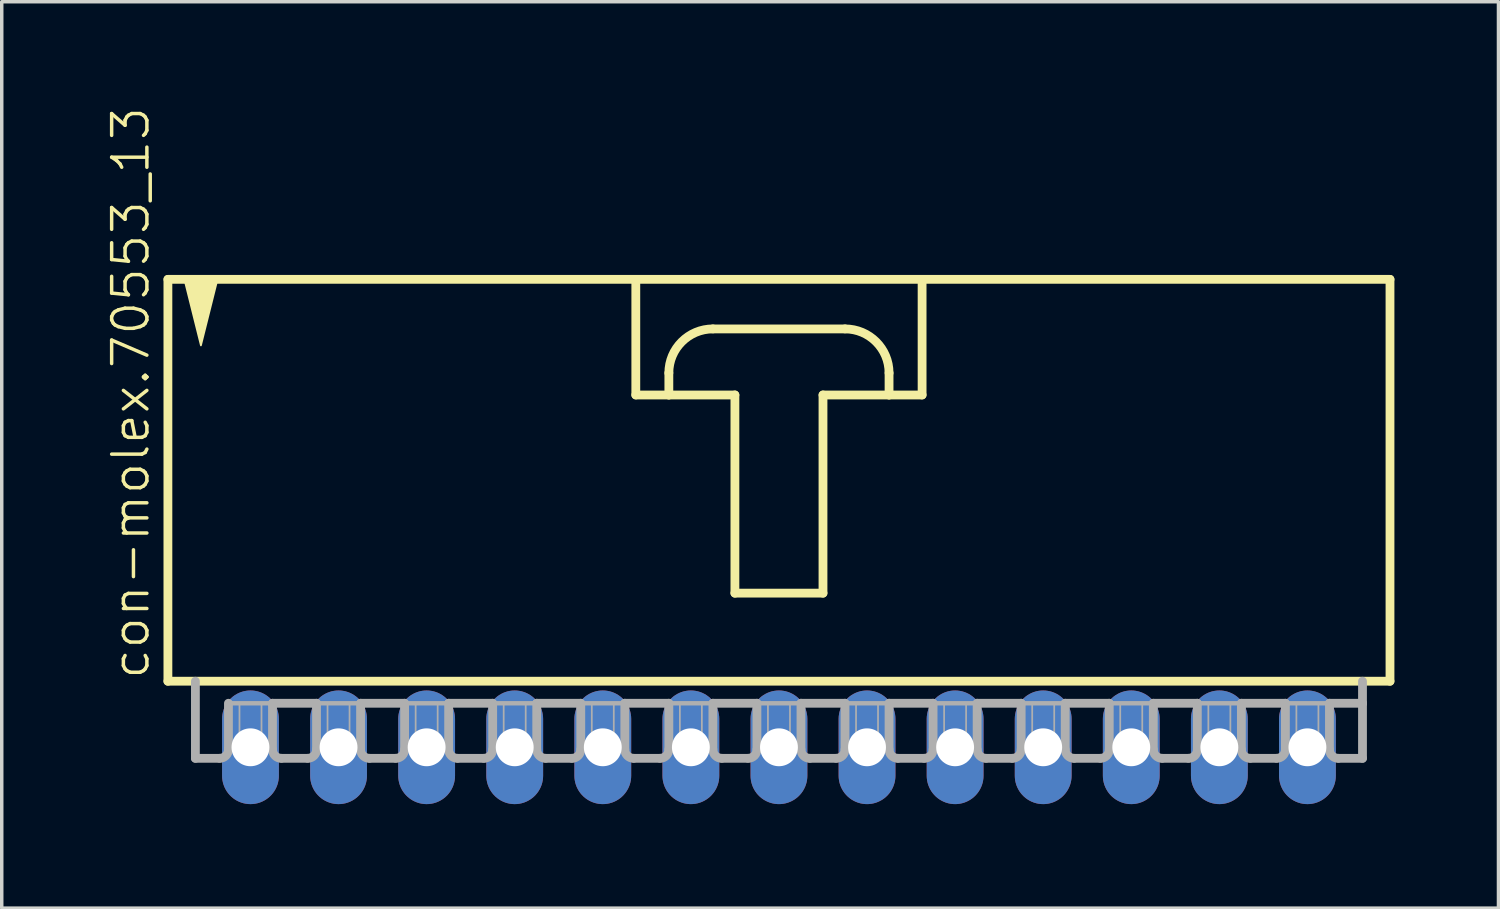
<source format=kicad_pcb>
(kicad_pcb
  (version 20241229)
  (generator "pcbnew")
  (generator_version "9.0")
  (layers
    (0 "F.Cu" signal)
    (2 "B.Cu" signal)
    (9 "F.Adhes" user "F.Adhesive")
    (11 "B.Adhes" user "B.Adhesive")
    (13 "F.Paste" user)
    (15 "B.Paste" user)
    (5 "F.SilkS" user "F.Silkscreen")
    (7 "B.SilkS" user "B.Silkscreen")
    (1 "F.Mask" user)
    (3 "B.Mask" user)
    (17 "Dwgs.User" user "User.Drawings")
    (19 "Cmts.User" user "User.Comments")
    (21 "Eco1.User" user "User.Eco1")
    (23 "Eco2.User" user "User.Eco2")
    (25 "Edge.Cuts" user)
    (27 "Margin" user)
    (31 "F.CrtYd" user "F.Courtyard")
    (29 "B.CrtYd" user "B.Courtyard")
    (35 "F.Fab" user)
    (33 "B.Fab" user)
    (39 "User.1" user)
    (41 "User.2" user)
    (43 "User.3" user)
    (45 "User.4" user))
  (footprint "con-molex.70553_13"
    (layer "F.Cu")
    (at 19.413 10.88)
    (property "Reference" "con-molex.70553_13" (at -18.098 5.715 90) (layer "F.SilkS") (effects (font (size 1.016 1.016) (thickness 0.1)) (justify left bottom)))
    (attr through_hole)
    (fp_line (start -17.621 -5.874) (end -17.621 5.715) (stroke (width 0.254) (type default)) (layer "F.SilkS"))
    (fp_line (start -17.621 5.715) (end 17.621 5.715) (stroke (width 0.254) (type default)) (layer "F.SilkS"))
    (fp_line (start -4.128 -5.874) (end -4.128 -2.54) (stroke (width 0.254) (type default)) (layer "F.SilkS"))
    (fp_line (start -4.128 -2.54) (end -3.175 -2.54) (stroke (width 0.254) (type default)) (layer "F.SilkS"))
    (fp_line (start -3.175 -2.54) (end -3.175 -3.175) (stroke (width 0.254) (type default)) (layer "F.SilkS"))
    (fp_line (start -3.175 -2.54) (end -1.27 -2.54) (stroke (width 0.254) (type default)) (layer "F.SilkS"))
    (fp_line (start -1.905 -4.445) (end 1.905 -4.445) (stroke (width 0.254) (type default)) (layer "F.SilkS"))
    (fp_line (start -1.27 -2.54) (end -1.27 3.175) (stroke (width 0.254) (type default)) (layer "F.SilkS"))
    (fp_line (start -1.27 3.175) (end 1.27 3.175) (stroke (width 0.254) (type default)) (layer "F.SilkS"))
    (fp_line (start 1.27 -2.54) (end 3.175 -2.54) (stroke (width 0.254) (type default)) (layer "F.SilkS"))
    (fp_line (start 1.27 3.175) (end 1.27 -2.54) (stroke (width 0.254) (type default)) (layer "F.SilkS"))
    (fp_line (start 3.175 -3.175) (end 3.175 -2.54) (stroke (width 0.254) (type default)) (layer "F.SilkS"))
    (fp_line (start 3.175 -2.54) (end 4.128 -2.54) (stroke (width 0.254) (type default)) (layer "F.SilkS"))
    (fp_line (start 4.128 -5.874) (end -17.621 -5.874) (stroke (width 0.254) (type default)) (layer "F.SilkS"))
    (fp_line (start 4.128 -2.54) (end 4.128 -5.874) (stroke (width 0.254) (type default)) (layer "F.SilkS"))
    (fp_line (start 17.621 -5.874) (end 4.128 -5.874) (stroke (width 0.254) (type default)) (layer "F.SilkS"))
    (fp_line (start 17.621 5.715) (end 17.621 -5.874) (stroke (width 0.254) (type default)) (layer "F.SilkS"))
    (fp_arc (start -3.175 -3.175) (mid -2.803026 -4.073026) (end -1.905 -4.445) (stroke (width 0.254) (type default)) (layer "F.SilkS"))
    (fp_arc (start 1.905 -4.445) (mid 2.803026 -4.073026) (end 3.175 -3.175) (stroke (width 0.254) (type default)) (layer "F.SilkS"))
    (fp_poly (pts (xy -17.145 -5.874) (xy -16.669 -3.969) (xy -16.192 -5.874)) (stroke (width 0.051) (type default)) (fill yes) (layer "F.SilkS"))
    (fp_line (start -16.828 5.715) (end -16.828 7.938) (stroke (width 0.254) (type default)) (layer "F.Fab"))
    (fp_line (start -16.129 7.938) (end -16.828 7.938) (stroke (width 0.254) (type default)) (layer "F.Fab"))
    (fp_line (start -15.875 6.35) (end -15.875 7.684) (stroke (width 0.254) (type default)) (layer "F.Fab"))
    (fp_line (start -15.875 6.35) (end -14.605 6.35) (stroke (width 0.127) (type default)) (layer "F.Fab"))
    (fp_line (start -14.605 6.35) (end -14.605 7.684) (stroke (width 0.254) (type default)) (layer "F.Fab"))
    (fp_line (start -14.605 6.35) (end -13.335 6.35) (stroke (width 0.254) (type default)) (layer "F.Fab"))
    (fp_line (start -13.589 7.938) (end -14.351 7.938) (stroke (width 0.254) (type default)) (layer "F.Fab"))
    (fp_line (start -13.335 6.35) (end -13.335 7.684) (stroke (width 0.254) (type default)) (layer "F.Fab"))
    (fp_line (start -13.335 6.35) (end -12.065 6.35) (stroke (width 0.127) (type default)) (layer "F.Fab"))
    (fp_line (start -12.065 6.35) (end -12.065 7.684) (stroke (width 0.254) (type default)) (layer "F.Fab"))
    (fp_line (start -12.065 6.35) (end -10.795 6.35) (stroke (width 0.254) (type default)) (layer "F.Fab"))
    (fp_line (start -11.049 7.938) (end -11.811 7.938) (stroke (width 0.254) (type default)) (layer "F.Fab"))
    (fp_line (start -10.795 6.35) (end -10.795 7.684) (stroke (width 0.254) (type default)) (layer "F.Fab"))
    (fp_line (start -10.795 6.35) (end -9.525 6.35) (stroke (width 0.127) (type default)) (layer "F.Fab"))
    (fp_line (start -9.525 6.35) (end -9.525 7.684) (stroke (width 0.254) (type default)) (layer "F.Fab"))
    (fp_line (start -9.525 6.35) (end -8.255 6.35) (stroke (width 0.254) (type default)) (layer "F.Fab"))
    (fp_line (start -8.509 7.938) (end -9.271 7.938) (stroke (width 0.254) (type default)) (layer "F.Fab"))
    (fp_line (start -8.255 6.35) (end -8.255 7.684) (stroke (width 0.254) (type default)) (layer "F.Fab"))
    (fp_line (start -8.255 6.35) (end -6.985 6.35) (stroke (width 0.127) (type default)) (layer "F.Fab"))
    (fp_line (start -6.985 6.35) (end -6.985 7.684) (stroke (width 0.254) (type default)) (layer "F.Fab"))
    (fp_line (start -6.985 6.35) (end -5.715 6.35) (stroke (width 0.254) (type default)) (layer "F.Fab"))
    (fp_line (start -5.969 7.938) (end -6.731 7.938) (stroke (width 0.254) (type default)) (layer "F.Fab"))
    (fp_line (start -5.715 6.35) (end -5.715 7.684) (stroke (width 0.254) (type default)) (layer "F.Fab"))
    (fp_line (start -5.715 6.35) (end -4.445 6.35) (stroke (width 0.127) (type default)) (layer "F.Fab"))
    (fp_line (start -4.445 6.35) (end -4.445 7.684) (stroke (width 0.254) (type default)) (layer "F.Fab"))
    (fp_line (start -4.445 6.35) (end -3.175 6.35) (stroke (width 0.254) (type default)) (layer "F.Fab"))
    (fp_line (start -3.429 7.938) (end -4.191 7.938) (stroke (width 0.254) (type default)) (layer "F.Fab"))
    (fp_line (start -3.175 6.35) (end -3.175 7.684) (stroke (width 0.254) (type default)) (layer "F.Fab"))
    (fp_line (start -3.175 6.35) (end -1.905 6.35) (stroke (width 0.127) (type default)) (layer "F.Fab"))
    (fp_line (start -1.905 6.35) (end -1.905 7.684) (stroke (width 0.254) (type default)) (layer "F.Fab"))
    (fp_line (start -1.905 6.35) (end -0.635 6.35) (stroke (width 0.254) (type default)) (layer "F.Fab"))
    (fp_line (start -0.889 7.938) (end -1.651 7.938) (stroke (width 0.254) (type default)) (layer "F.Fab"))
    (fp_line (start -0.635 6.35) (end -0.635 7.684) (stroke (width 0.254) (type default)) (layer "F.Fab"))
    (fp_line (start -0.635 6.35) (end 0.635 6.35) (stroke (width 0.127) (type default)) (layer "F.Fab"))
    (fp_line (start 0.635 6.35) (end 0.635 7.684) (stroke (width 0.254) (type default)) (layer "F.Fab"))
    (fp_line (start 0.635 6.35) (end 1.905 6.35) (stroke (width 0.254) (type default)) (layer "F.Fab"))
    (fp_line (start 1.651 7.938) (end 0.889 7.938) (stroke (width 0.254) (type default)) (layer "F.Fab"))
    (fp_line (start 1.905 6.35) (end 1.905 7.684) (stroke (width 0.254) (type default)) (layer "F.Fab"))
    (fp_line (start 1.905 6.35) (end 3.175 6.35) (stroke (width 0.127) (type default)) (layer "F.Fab"))
    (fp_line (start 3.175 6.35) (end 3.175 7.684) (stroke (width 0.254) (type default)) (layer "F.Fab"))
    (fp_line (start 3.175 6.35) (end 4.445 6.35) (stroke (width 0.254) (type default)) (layer "F.Fab"))
    (fp_line (start 4.191 7.938) (end 3.429 7.938) (stroke (width 0.254) (type default)) (layer "F.Fab"))
    (fp_line (start 4.445 6.35) (end 4.445 7.684) (stroke (width 0.254) (type default)) (layer "F.Fab"))
    (fp_line (start 4.445 6.35) (end 5.715 6.35) (stroke (width 0.127) (type default)) (layer "F.Fab"))
    (fp_line (start 5.715 6.35) (end 5.715 7.684) (stroke (width 0.254) (type default)) (layer "F.Fab"))
    (fp_line (start 5.715 6.35) (end 6.985 6.35) (stroke (width 0.254) (type default)) (layer "F.Fab"))
    (fp_line (start 6.731 7.938) (end 5.969 7.938) (stroke (width 0.254) (type default)) (layer "F.Fab"))
    (fp_line (start 6.985 6.35) (end 6.985 7.684) (stroke (width 0.254) (type default)) (layer "F.Fab"))
    (fp_line (start 6.985 6.35) (end 8.255 6.35) (stroke (width 0.127) (type default)) (layer "F.Fab"))
    (fp_line (start 8.255 6.35) (end 8.255 7.684) (stroke (width 0.254) (type default)) (layer "F.Fab"))
    (fp_line (start 8.255 6.35) (end 9.525 6.35) (stroke (width 0.254) (type default)) (layer "F.Fab"))
    (fp_line (start 9.271 7.938) (end 8.509 7.938) (stroke (width 0.254) (type default)) (layer "F.Fab"))
    (fp_line (start 9.525 6.35) (end 9.525 7.684) (stroke (width 0.254) (type default)) (layer "F.Fab"))
    (fp_line (start 9.525 6.35) (end 10.795 6.35) (stroke (width 0.127) (type default)) (layer "F.Fab"))
    (fp_line (start 10.795 6.35) (end 10.795 7.684) (stroke (width 0.254) (type default)) (layer "F.Fab"))
    (fp_line (start 10.795 6.35) (end 12.065 6.35) (stroke (width 0.254) (type default)) (layer "F.Fab"))
    (fp_line (start 11.811 7.938) (end 11.049 7.938) (stroke (width 0.254) (type default)) (layer "F.Fab"))
    (fp_line (start 12.065 6.35) (end 12.065 7.684) (stroke (width 0.254) (type default)) (layer "F.Fab"))
    (fp_line (start 12.065 6.35) (end 13.335 6.35) (stroke (width 0.127) (type default)) (layer "F.Fab"))
    (fp_line (start 13.335 6.35) (end 13.335 7.684) (stroke (width 0.254) (type default)) (layer "F.Fab"))
    (fp_line (start 13.335 6.35) (end 14.605 6.35) (stroke (width 0.254) (type default)) (layer "F.Fab"))
    (fp_line (start 14.351 7.938) (end 13.589 7.938) (stroke (width 0.254) (type default)) (layer "F.Fab"))
    (fp_line (start 14.605 6.35) (end 14.605 7.684) (stroke (width 0.254) (type default)) (layer "F.Fab"))
    (fp_line (start 14.605 6.35) (end 15.875 6.35) (stroke (width 0.127) (type default)) (layer "F.Fab"))
    (fp_line (start 15.875 6.35) (end 15.875 7.684) (stroke (width 0.254) (type default)) (layer "F.Fab"))
    (fp_line (start 15.875 6.35) (end 16.828 6.35) (stroke (width 0.254) (type default)) (layer "F.Fab"))
    (fp_line (start 16.129 7.938) (end 16.828 7.938) (stroke (width 0.254) (type default)) (layer "F.Fab"))
    (fp_line (start 16.828 6.35) (end 16.828 5.715) (stroke (width 0.254) (type default)) (layer "F.Fab"))
    (fp_line (start 16.828 7.938) (end 16.828 6.35) (stroke (width 0.254) (type default)) (layer "F.Fab"))
    (fp_rect (start -15.557 7.62) (end -14.922 6.35) (stroke (width 0.05) (type default)) (fill no) (layer "F.Fab"))
    (fp_rect (start -13.018 7.62) (end -12.383 6.35) (stroke (width 0.05) (type default)) (fill no) (layer "F.Fab"))
    (fp_rect (start -10.477 7.62) (end -9.842 6.35) (stroke (width 0.05) (type default)) (fill no) (layer "F.Fab"))
    (fp_rect (start -7.938 7.62) (end -7.303 6.35) (stroke (width 0.05) (type default)) (fill no) (layer "F.Fab"))
    (fp_rect (start -5.397 7.62) (end -4.763 6.35) (stroke (width 0.05) (type default)) (fill no) (layer "F.Fab"))
    (fp_rect (start -2.857 7.62) (end -2.223 6.35) (stroke (width 0.05) (type default)) (fill no) (layer "F.Fab"))
    (fp_rect (start -0.318 7.62) (end 0.318 6.35) (stroke (width 0.05) (type default)) (fill no) (layer "F.Fab"))
    (fp_rect (start 2.223 7.62) (end 2.857 6.35) (stroke (width 0.05) (type default)) (fill no) (layer "F.Fab"))
    (fp_rect (start 4.763 7.62) (end 5.397 6.35) (stroke (width 0.05) (type default)) (fill no) (layer "F.Fab"))
    (fp_rect (start 7.303 7.62) (end 7.938 6.35) (stroke (width 0.05) (type default)) (fill no) (layer "F.Fab"))
    (fp_rect (start 9.842 7.62) (end 10.477 6.35) (stroke (width 0.05) (type default)) (fill no) (layer "F.Fab"))
    (fp_rect (start 12.383 7.62) (end 13.018 6.35) (stroke (width 0.05) (type default)) (fill no) (layer "F.Fab"))
    (fp_rect (start 14.922 7.62) (end 15.557 6.35) (stroke (width 0.05) (type default)) (fill no) (layer "F.Fab"))
    (fp_arc (start -15.875 7.6835) (mid -15.949395 7.863105) (end -16.129 7.9375) (stroke (width 0.254) (type default)) (layer "F.Fab"))
    (fp_arc (start -14.351 7.9375) (mid -14.530605 7.863105) (end -14.605 7.6835) (stroke (width 0.254) (type default)) (layer "F.Fab"))
    (fp_arc (start -13.335 7.6835) (mid -13.409395 7.863105) (end -13.589 7.9375) (stroke (width 0.254) (type default)) (layer "F.Fab"))
    (fp_arc (start -11.811 7.9375) (mid -11.990605 7.863105) (end -12.065 7.6835) (stroke (width 0.254) (type default)) (layer "F.Fab"))
    (fp_arc (start -10.795 7.6835) (mid -10.869395 7.863105) (end -11.049 7.9375) (stroke (width 0.254) (type default)) (layer "F.Fab"))
    (fp_arc (start -9.271 7.9375) (mid -9.450605 7.863105) (end -9.525 7.6835) (stroke (width 0.254) (type default)) (layer "F.Fab"))
    (fp_arc (start -8.255 7.6835) (mid -8.329395 7.863105) (end -8.509 7.9375) (stroke (width 0.254) (type default)) (layer "F.Fab"))
    (fp_arc (start -6.731 7.9375) (mid -6.910605 7.863105) (end -6.985 7.6835) (stroke (width 0.254) (type default)) (layer "F.Fab"))
    (fp_arc (start -5.715 7.6835) (mid -5.789395 7.863105) (end -5.969 7.9375) (stroke (width 0.254) (type default)) (layer "F.Fab"))
    (fp_arc (start -4.191 7.9375) (mid -4.370605 7.863105) (end -4.445 7.6835) (stroke (width 0.254) (type default)) (layer "F.Fab"))
    (fp_arc (start -3.175 7.6835) (mid -3.249395 7.863105) (end -3.429 7.9375) (stroke (width 0.254) (type default)) (layer "F.Fab"))
    (fp_arc (start -1.651 7.9375) (mid -1.830605 7.863105) (end -1.905 7.6835) (stroke (width 0.254) (type default)) (layer "F.Fab"))
    (fp_arc (start -0.635 7.6835) (mid -0.709395 7.863105) (end -0.889 7.9375) (stroke (width 0.254) (type default)) (layer "F.Fab"))
    (fp_arc (start 0.889 7.9375) (mid 0.709395 7.863105) (end 0.635 7.6835) (stroke (width 0.254) (type default)) (layer "F.Fab"))
    (fp_arc (start 1.905 7.6835) (mid 1.830605 7.863105) (end 1.651 7.9375) (stroke (width 0.254) (type default)) (layer "F.Fab"))
    (fp_arc (start 3.429 7.9375) (mid 3.249395 7.863105) (end 3.175 7.6835) (stroke (width 0.254) (type default)) (layer "F.Fab"))
    (fp_arc (start 4.445 7.6835) (mid 4.370605 7.863105) (end 4.191 7.9375) (stroke (width 0.254) (type default)) (layer "F.Fab"))
    (fp_arc (start 5.969 7.9375) (mid 5.789395 7.863105) (end 5.715 7.6835) (stroke (width 0.254) (type default)) (layer "F.Fab"))
    (fp_arc (start 6.985 7.6835) (mid 6.910605 7.863105) (end 6.731 7.9375) (stroke (width 0.254) (type default)) (layer "F.Fab"))
    (fp_arc (start 8.509 7.9375) (mid 8.329395 7.863105) (end 8.255 7.6835) (stroke (width 0.254) (type default)) (layer "F.Fab"))
    (fp_arc (start 9.525 7.6835) (mid 9.450605 7.863105) (end 9.271 7.9375) (stroke (width 0.254) (type default)) (layer "F.Fab"))
    (fp_arc (start 11.049 7.9375) (mid 10.869395 7.863105) (end 10.795 7.6835) (stroke (width 0.254) (type default)) (layer "F.Fab"))
    (fp_arc (start 12.065 7.6835) (mid 11.990605 7.863105) (end 11.811 7.9375) (stroke (width 0.254) (type default)) (layer "F.Fab"))
    (fp_arc (start 13.589 7.9375) (mid 13.409395 7.863105) (end 13.335 7.6835) (stroke (width 0.254) (type default)) (layer "F.Fab"))
    (fp_arc (start 14.605 7.6835) (mid 14.530605 7.863105) (end 14.351 7.9375) (stroke (width 0.254) (type default)) (layer "F.Fab"))
    (fp_arc (start 16.129 7.9375) (mid 15.949395 7.863105) (end 15.875 7.6835) (stroke (width 0.254) (type default)) (layer "F.Fab"))
    (pad "1" thru_hole oval (at -15.24 7.62 90) (size 3.277 1.638) (drill 1.092) (layers "*.Cu" "*.Mask"))
    (pad "2" thru_hole oval (at -12.7 7.62 90) (size 3.277 1.638) (drill 1.092) (layers "*.Cu" "*.Mask"))
    (pad "3" thru_hole oval (at -10.16 7.62 90) (size 3.277 1.638) (drill 1.092) (layers "*.Cu" "*.Mask"))
    (pad "4" thru_hole oval (at -7.62 7.62 90) (size 3.277 1.638) (drill 1.092) (layers "*.Cu" "*.Mask"))
    (pad "5" thru_hole oval (at -5.08 7.62 90) (size 3.277 1.638) (drill 1.092) (layers "*.Cu" "*.Mask"))
    (pad "6" thru_hole oval (at -2.54 7.62 90) (size 3.277 1.638) (drill 1.092) (layers "*.Cu" "*.Mask"))
    (pad "7" thru_hole oval (at 0 7.62 90) (size 3.277 1.638) (drill 1.092) (layers "*.Cu" "*.Mask"))
    (pad "8" thru_hole oval (at 2.54 7.62 90) (size 3.277 1.638) (drill 1.092) (layers "*.Cu" "*.Mask"))
    (pad "9" thru_hole oval (at 5.08 7.62 90) (size 3.277 1.638) (drill 1.092) (layers "*.Cu" "*.Mask"))
    (pad "10" thru_hole oval (at 7.62 7.62 90) (size 3.277 1.638) (drill 1.092) (layers "*.Cu" "*.Mask"))
    (pad "11" thru_hole oval (at 10.16 7.62 90) (size 3.277 1.638) (drill 1.092) (layers "*.Cu" "*.Mask"))
    (pad "12" thru_hole oval (at 12.7 7.62 90) (size 3.277 1.638) (drill 1.092) (layers "*.Cu" "*.Mask"))
    (pad "13" thru_hole oval (at 15.24 7.62 90) (size 3.277 1.638) (drill 1.092) (layers "*.Cu" "*.Mask")))
  (gr_rect
    (start -3 -3)
    (end 40.162 23.138)
    (stroke (width 0.1) (type default))
    (fill no)
    (layer "Edge.Cuts")))
</source>
